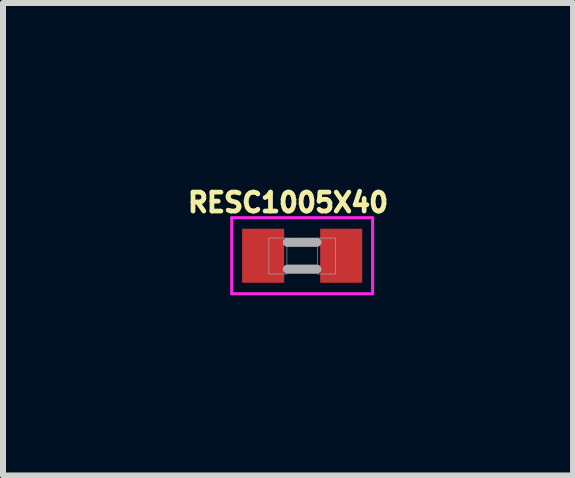
<source format=kicad_pcb>
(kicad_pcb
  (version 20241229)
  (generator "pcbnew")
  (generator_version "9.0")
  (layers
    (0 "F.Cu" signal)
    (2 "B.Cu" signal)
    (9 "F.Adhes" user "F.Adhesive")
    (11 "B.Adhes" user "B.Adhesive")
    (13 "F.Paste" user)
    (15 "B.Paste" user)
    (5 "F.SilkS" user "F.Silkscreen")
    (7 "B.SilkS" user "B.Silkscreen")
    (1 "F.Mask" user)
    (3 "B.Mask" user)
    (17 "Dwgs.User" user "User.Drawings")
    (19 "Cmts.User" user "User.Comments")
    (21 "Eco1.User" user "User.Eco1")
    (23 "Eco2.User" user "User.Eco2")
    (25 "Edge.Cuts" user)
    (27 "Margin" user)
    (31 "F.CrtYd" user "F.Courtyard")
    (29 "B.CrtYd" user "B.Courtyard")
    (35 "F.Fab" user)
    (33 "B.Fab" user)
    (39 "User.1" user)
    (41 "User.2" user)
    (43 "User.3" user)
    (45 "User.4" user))
  (footprint "RESC1005X40"
    (layer "F.Cu")
    (at 1.982 1.209)
    (property "Reference" "RESC1005X40" (at -0.235 -0.886 0) (layer "F.SilkS") (effects (font (size 0.315 0.315) (thickness 0.15))))
    (attr smd)
    (fp_line (start -1.173 -0.633) (end 1.173 -0.633) (stroke (width 0.051) (type solid)) (layer "F.CrtYd"))
    (fp_line (start -1.173 0.633) (end -1.173 -0.633) (stroke (width 0.051) (type solid)) (layer "F.CrtYd"))
    (fp_line (start 1.173 -0.633) (end 1.173 0.633) (stroke (width 0.051) (type solid)) (layer "F.CrtYd"))
    (fp_line (start 1.173 0.633) (end -1.173 0.633) (stroke (width 0.051) (type solid)) (layer "F.CrtYd"))
    (fp_line (start -0.245 -0.224) (end 0.245 -0.224) (stroke (width 0.152) (type solid)) (layer "F.Fab"))
    (fp_line (start 0.245 0.224) (end -0.245 0.224) (stroke (width 0.152) (type solid)) (layer "F.Fab"))
    (fp_poly (pts (xy -0.554 -0.295) (xy -0.254 -0.295) (xy -0.254 0.305) (xy -0.554 0.305)) (stroke (width 0.01) (type solid)) (fill no) (layer "F.Fab"))
    (fp_poly (pts (xy 0.259 -0.295) (xy 0.559 -0.295) (xy 0.559 0.305) (xy 0.259 0.305)) (stroke (width 0.01) (type solid)) (fill no) (layer "F.Fab"))
    (pad "1" smd rect (at -0.65 0) (size 0.7 0.9) (layers "F.Cu" "F.Mask" "F.Paste"))
    (pad "2" smd rect (at 0.65 0) (size 0.7 0.9) (layers "F.Cu" "F.Mask" "F.Paste")))
  (gr_rect
    (start -3 -3)
    (end 6.493 4.868)
    (stroke (width 0.1) (type default))
    (fill no)
    (layer "Edge.Cuts")))
</source>
